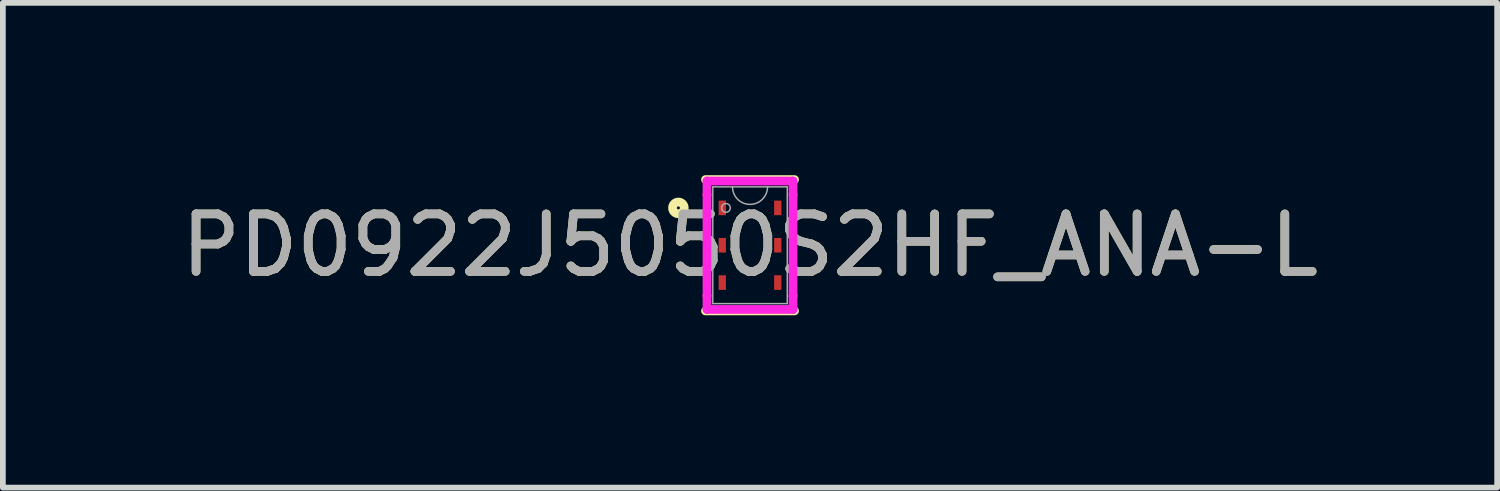
<source format=kicad_pcb>
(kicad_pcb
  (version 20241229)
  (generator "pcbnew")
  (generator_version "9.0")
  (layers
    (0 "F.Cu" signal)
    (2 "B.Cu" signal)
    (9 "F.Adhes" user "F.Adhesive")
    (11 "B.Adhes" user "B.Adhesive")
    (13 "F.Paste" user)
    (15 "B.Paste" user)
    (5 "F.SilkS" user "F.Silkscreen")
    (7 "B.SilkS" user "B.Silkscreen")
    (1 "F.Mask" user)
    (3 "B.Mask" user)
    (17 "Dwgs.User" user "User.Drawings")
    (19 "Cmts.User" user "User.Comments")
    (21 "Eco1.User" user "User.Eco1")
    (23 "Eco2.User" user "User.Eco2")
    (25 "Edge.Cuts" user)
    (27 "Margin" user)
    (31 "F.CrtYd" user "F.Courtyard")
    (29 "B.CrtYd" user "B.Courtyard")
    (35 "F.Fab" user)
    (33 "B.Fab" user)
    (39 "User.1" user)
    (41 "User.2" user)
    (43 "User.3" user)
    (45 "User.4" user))
  (footprint "PD0922J5050S2HF_ANA-L"
    (layer "F.Cu")
    (at 10.006 1.219)
    (property "Reference" "PD0922J5050S2HF_ANA-L" (at 0 0 0) (unlocked yes) (layer "F.SilkS") (effects (font (size 1 1) (thickness 0.15))))
    (attr smd)
    (fp_line (start -0.775 1.143) (end 0.775 1.143) (stroke (width 0.152) (type solid)) (layer "F.SilkS"))
    (fp_line (start 0.775 -1.143) (end -0.775 -1.143) (stroke (width 0.152) (type solid)) (layer "F.SilkS"))
    (fp_circle (center -1.247 -0.65) (end -1.145 -0.65) (stroke (width 0.152) (type solid)) (fill no) (layer "F.SilkS"))
    (fp_line (start -0.749 -1.118) (end 0.749 -1.118) (stroke (width 0.152) (type solid)) (layer "F.CrtYd"))
    (fp_line (start -0.749 -0.879) (end -0.749 -1.118) (stroke (width 0.152) (type solid)) (layer "F.CrtYd"))
    (fp_line (start -0.749 -0.879) (end -0.749 -0.879) (stroke (width 0.152) (type solid)) (layer "F.CrtYd"))
    (fp_line (start -0.749 0.879) (end -0.749 -0.879) (stroke (width 0.152) (type solid)) (layer "F.CrtYd"))
    (fp_line (start -0.749 0.879) (end -0.749 0.879) (stroke (width 0.152) (type solid)) (layer "F.CrtYd"))
    (fp_line (start -0.749 1.118) (end -0.749 0.879) (stroke (width 0.152) (type solid)) (layer "F.CrtYd"))
    (fp_line (start 0.749 -1.118) (end 0.749 -0.879) (stroke (width 0.152) (type solid)) (layer "F.CrtYd"))
    (fp_line (start 0.749 -0.879) (end 0.749 -0.879) (stroke (width 0.152) (type solid)) (layer "F.CrtYd"))
    (fp_line (start 0.749 -0.879) (end 0.749 0.879) (stroke (width 0.152) (type solid)) (layer "F.CrtYd"))
    (fp_line (start 0.749 0.879) (end 0.749 0.879) (stroke (width 0.152) (type solid)) (layer "F.CrtYd"))
    (fp_line (start 0.749 0.879) (end 0.749 1.118) (stroke (width 0.152) (type solid)) (layer "F.CrtYd"))
    (fp_line (start 0.749 1.118) (end -0.749 1.118) (stroke (width 0.152) (type solid)) (layer "F.CrtYd"))
    (fp_line (start -0.648 -1.016) (end -0.648 1.016) (stroke (width 0.025) (type solid)) (layer "F.Fab"))
    (fp_line (start -0.648 1.016) (end 0.648 1.016) (stroke (width 0.025) (type solid)) (layer "F.Fab"))
    (fp_line (start 0.648 -1.016) (end -0.648 -1.016) (stroke (width 0.025) (type solid)) (layer "F.Fab"))
    (fp_line (start 0.648 1.016) (end 0.648 -1.016) (stroke (width 0.025) (type solid)) (layer "F.Fab"))
    (fp_arc (start 0.3048 -1.016) (mid 0 -0.7112) (end -0.3048 -1.016) (stroke (width 0.0254) (type solid)) (layer "F.Fab"))
    (fp_circle (center -0.419 -0.65) (end -0.343 -0.65) (stroke (width 0.025) (type solid)) (fill no) (layer "F.Fab"))
    (fp_text user "${REFERENCE}" (at 0 0 0) (unlocked yes) (layer "F.Fab") (effects (font (size 1 1) (thickness 0.15))))
    (pad "1" smd rect (at -0.483 -0.65) (size 0.127 0.254) (layers "F.Cu" "F.Mask" "F.Paste"))
    (pad "2" smd rect (at -0.483 0) (size 0.127 0.254) (layers "F.Cu" "F.Mask" "F.Paste"))
    (pad "3" smd rect (at -0.483 0.65) (size 0.127 0.254) (layers "F.Cu" "F.Mask" "F.Paste"))
    (pad "4" smd rect (at 0.483 0.65) (size 0.127 0.254) (layers "F.Cu" "F.Mask" "F.Paste"))
    (pad "5" smd rect (at 0.483 0) (size 0.127 0.254) (layers "F.Cu" "F.Mask" "F.Paste"))
    (pad "6" smd rect (at 0.483 -0.65) (size 0.127 0.254) (layers "F.Cu" "F.Mask" "F.Paste")))
  (gr_rect
    (start -3 -3)
    (end 23.012 5.438)
    (stroke (width 0.1) (type default))
    (fill no)
    (layer "Edge.Cuts")))
</source>
